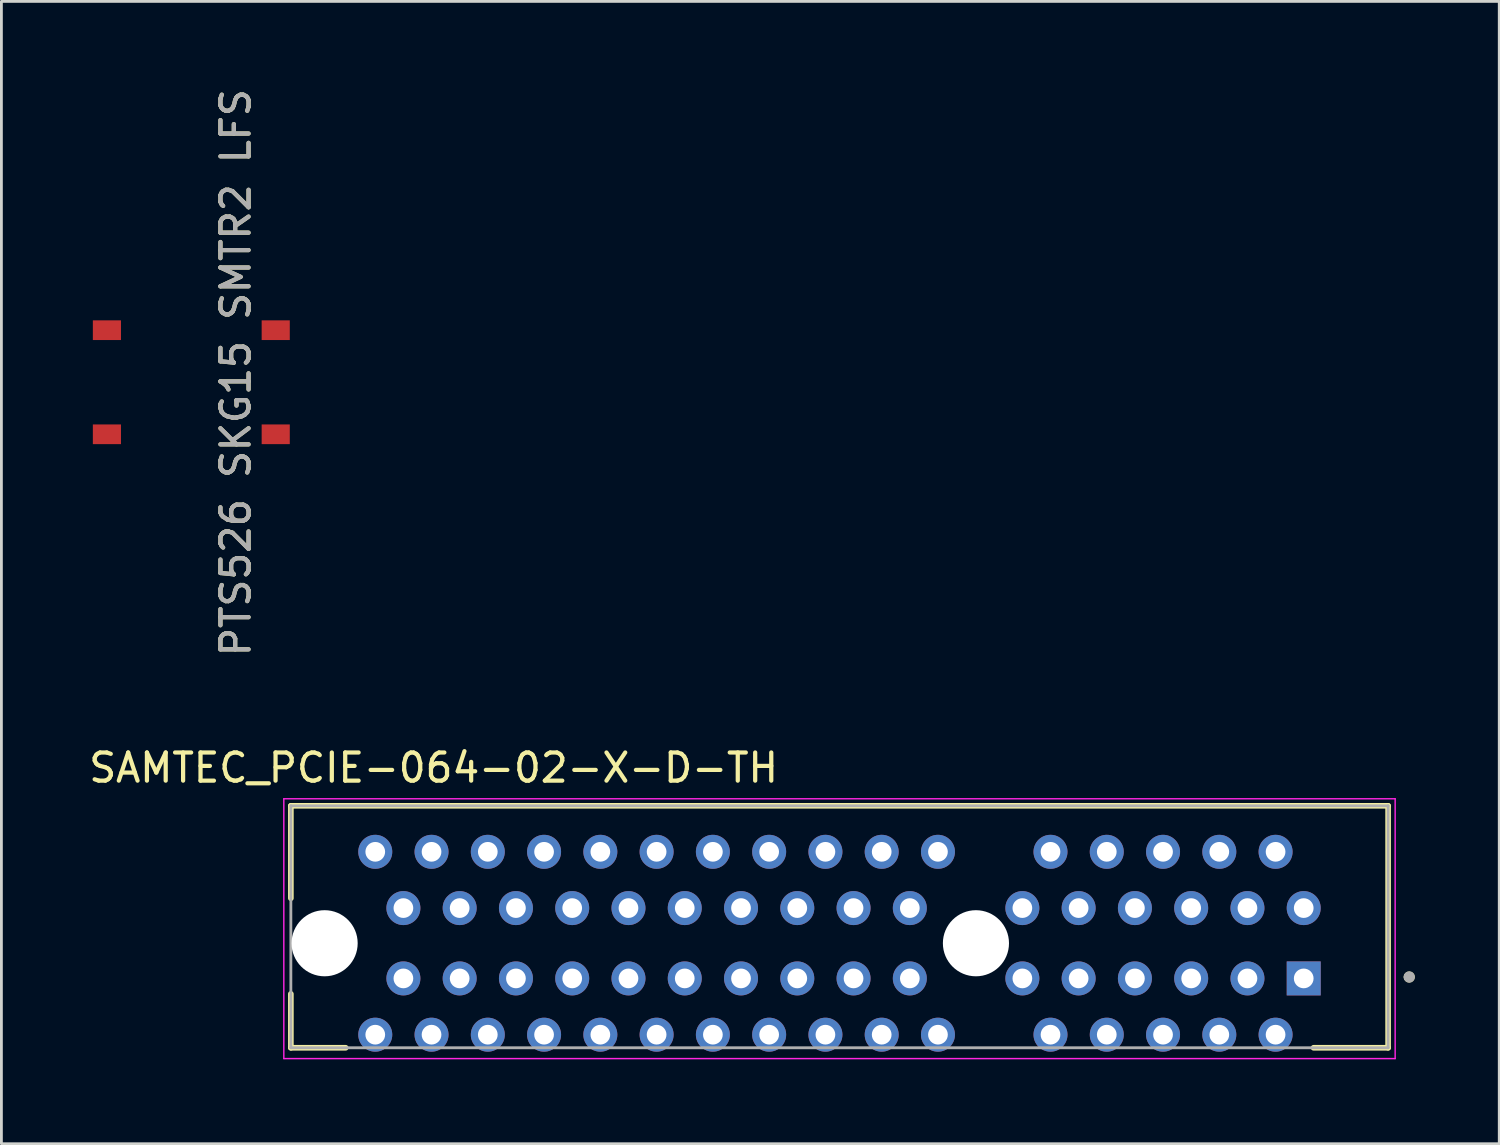
<source format=kicad_pcb>
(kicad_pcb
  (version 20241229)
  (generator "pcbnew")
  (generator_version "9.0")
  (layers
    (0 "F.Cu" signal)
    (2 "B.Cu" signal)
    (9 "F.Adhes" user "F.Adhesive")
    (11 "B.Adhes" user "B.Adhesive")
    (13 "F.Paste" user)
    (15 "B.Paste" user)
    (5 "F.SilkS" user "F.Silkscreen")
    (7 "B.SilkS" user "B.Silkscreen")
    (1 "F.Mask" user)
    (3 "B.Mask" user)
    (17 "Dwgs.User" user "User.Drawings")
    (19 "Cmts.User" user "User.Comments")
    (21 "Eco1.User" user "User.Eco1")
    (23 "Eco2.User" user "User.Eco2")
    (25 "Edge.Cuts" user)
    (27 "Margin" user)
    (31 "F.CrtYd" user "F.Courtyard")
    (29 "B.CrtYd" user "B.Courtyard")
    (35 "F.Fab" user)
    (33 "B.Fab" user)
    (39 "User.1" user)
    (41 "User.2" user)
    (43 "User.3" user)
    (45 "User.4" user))
  (footprint "PTS526 SKG15 SMTR2 LFS"
    (layer "F.Cu")
    (at 0.25 12.736)
    (property "Reference" "PTS526 SKG15 SMTR2 LFS" (at 5.08 -2.54 90) (layer "F.SilkS") (effects (font (size 1 1) (thickness 0.15))))
    (attr smd)
    (fp_text user "${REFERENCE}" (at 5.08 -2.54 90) (layer "F.Fab") (effects (font (size 1 1) (thickness 0.15))))
    (pad "1" smd rect (at 0.5 -4.05) (size 1 0.7) (layers "F.Cu" "F.Mask" "F.Paste"))
    (pad "1" smd rect (at 6.5 -4.05) (size 1 0.7) (layers "F.Cu" "F.Mask" "F.Paste"))
    (pad "2" smd rect (at 0.5 -0.35) (size 1 0.7) (layers "F.Cu" "F.Mask" "F.Paste"))
    (pad "2" smd rect (at 6.5 -0.35) (size 1 0.7) (layers "F.Cu" "F.Mask" "F.Paste")))
  (footprint "SAMTEC_PCIE-064-02-X-D-TH"
    (layer "F.Cu")
    (at 26.788 29.891)
    (property "Reference" "SAMTEC_PCIE-064-02-X-D-TH" (at -14.425 -5.65 0) (layer "F.SilkS") (effects (font (size 1 1) (thickness 0.15))))
    (attr through_hole)
    (fp_line (start -19.5 -4.3) (end 19.5 -4.3) (stroke (width 0.2) (type solid)) (layer "F.SilkS"))
    (fp_line (start -19.5 -1.015) (end -19.5 -4.3) (stroke (width 0.2) (type solid)) (layer "F.SilkS"))
    (fp_line (start -19.5 4.3) (end -19.5 2.385) (stroke (width 0.2) (type solid)) (layer "F.SilkS"))
    (fp_line (start -17.55 4.3) (end -19.5 4.3) (stroke (width 0.2) (type solid)) (layer "F.SilkS"))
    (fp_line (start 19.5 -4.3) (end 19.5 4.3) (stroke (width 0.2) (type solid)) (layer "F.SilkS"))
    (fp_line (start 19.5 4.3) (end 16.85 4.3) (stroke (width 0.2) (type solid)) (layer "F.SilkS"))
    (fp_circle (center 20.25 1.785) (end 20.35 1.785) (stroke (width 0.2) (type solid)) (fill no) (layer "F.SilkS"))
    (fp_line (start -19.75 -4.55) (end 19.75 -4.55) (stroke (width 0.05) (type solid)) (layer "F.CrtYd"))
    (fp_line (start -19.75 4.685) (end -19.75 -4.55) (stroke (width 0.05) (type solid)) (layer "F.CrtYd"))
    (fp_line (start 19.75 -4.55) (end 19.75 4.685) (stroke (width 0.05) (type solid)) (layer "F.CrtYd"))
    (fp_line (start 19.75 4.685) (end -19.75 4.685) (stroke (width 0.05) (type solid)) (layer "F.CrtYd"))
    (fp_line (start -19.5 -4.3) (end 19.5 -4.3) (stroke (width 0.1) (type solid)) (layer "F.Fab"))
    (fp_line (start -19.5 4.3) (end -19.5 -4.3) (stroke (width 0.1) (type solid)) (layer "F.Fab"))
    (fp_line (start 19.5 -4.3) (end 19.5 4.3) (stroke (width 0.1) (type solid)) (layer "F.Fab"))
    (fp_line (start 19.5 4.3) (end -19.5 4.3) (stroke (width 0.1) (type solid)) (layer "F.Fab"))
    (fp_circle (center 20.25 1.785) (end 20.35 1.785) (stroke (width 0.2) (type solid)) (fill no) (layer "F.Fab"))
    (pad "" np_thru_hole circle (at -18.3 0.585) (size 2.35 2.35) (drill 2.35) (layers "*.Cu" "*.Mask"))
    (pad "" np_thru_hole circle (at 4.85 0.585) (size 2.35 2.35) (drill 2.35) (layers "*.Cu" "*.Mask"))
    (pad "A1" thru_hole rect (at 16.5 1.835) (size 1.208 1.208) (drill 0.7) (layers "*.Cu" "*.Mask"))
    (pad "A2" thru_hole circle (at 15.5 3.835) (size 1.208 1.208) (drill 0.7) (layers "*.Cu" "*.Mask"))
    (pad "A3" thru_hole circle (at 14.5 1.835) (size 1.208 1.208) (drill 0.7) (layers "*.Cu" "*.Mask"))
    (pad "A4" thru_hole circle (at 13.5 3.835) (size 1.208 1.208) (drill 0.7) (layers "*.Cu" "*.Mask"))
    (pad "A5" thru_hole circle (at 12.5 1.835) (size 1.208 1.208) (drill 0.7) (layers "*.Cu" "*.Mask"))
    (pad "A6" thru_hole circle (at 11.5 3.835) (size 1.208 1.208) (drill 0.7) (layers "*.Cu" "*.Mask"))
    (pad "A7" thru_hole circle (at 10.5 1.835) (size 1.208 1.208) (drill 0.7) (layers "*.Cu" "*.Mask"))
    (pad "A8" thru_hole circle (at 9.5 3.835) (size 1.208 1.208) (drill 0.7) (layers "*.Cu" "*.Mask"))
    (pad "A9" thru_hole circle (at 8.5 1.835) (size 1.208 1.208) (drill 0.7) (layers "*.Cu" "*.Mask"))
    (pad "A10" thru_hole circle (at 7.5 3.835) (size 1.208 1.208) (drill 0.7) (layers "*.Cu" "*.Mask"))
    (pad "A11" thru_hole circle (at 6.5 1.835) (size 1.208 1.208) (drill 0.7) (layers "*.Cu" "*.Mask"))
    (pad "A12" thru_hole circle (at 3.5 3.835) (size 1.208 1.208) (drill 0.7) (layers "*.Cu" "*.Mask"))
    (pad "A13" thru_hole circle (at 2.5 1.835) (size 1.208 1.208) (drill 0.7) (layers "*.Cu" "*.Mask"))
    (pad "A14" thru_hole circle (at 1.5 3.835) (size 1.208 1.208) (drill 0.7) (layers "*.Cu" "*.Mask"))
    (pad "A15" thru_hole circle (at 0.5 1.835) (size 1.208 1.208) (drill 0.7) (layers "*.Cu" "*.Mask"))
    (pad "A16" thru_hole circle (at -0.5 3.835) (size 1.208 1.208) (drill 0.7) (layers "*.Cu" "*.Mask"))
    (pad "A17" thru_hole circle (at -1.5 1.835) (size 1.208 1.208) (drill 0.7) (layers "*.Cu" "*.Mask"))
    (pad "A18" thru_hole circle (at -2.5 3.835) (size 1.208 1.208) (drill 0.7) (layers "*.Cu" "*.Mask"))
    (pad "A19" thru_hole circle (at -3.5 1.835) (size 1.208 1.208) (drill 0.7) (layers "*.Cu" "*.Mask"))
    (pad "A20" thru_hole circle (at -4.5 3.835) (size 1.208 1.208) (drill 0.7) (layers "*.Cu" "*.Mask"))
    (pad "A21" thru_hole circle (at -5.5 1.835) (size 1.208 1.208) (drill 0.7) (layers "*.Cu" "*.Mask"))
    (pad "A22" thru_hole circle (at -6.5 3.835) (size 1.208 1.208) (drill 0.7) (layers "*.Cu" "*.Mask"))
    (pad "A23" thru_hole circle (at -7.5 1.835) (size 1.208 1.208) (drill 0.7) (layers "*.Cu" "*.Mask"))
    (pad "A24" thru_hole circle (at -8.5 3.835) (size 1.208 1.208) (drill 0.7) (layers "*.Cu" "*.Mask"))
    (pad "A25" thru_hole circle (at -9.5 1.835) (size 1.208 1.208) (drill 0.7) (layers "*.Cu" "*.Mask"))
    (pad "A26" thru_hole circle (at -10.5 3.835) (size 1.208 1.208) (drill 0.7) (layers "*.Cu" "*.Mask"))
    (pad "A27" thru_hole circle (at -11.5 1.835) (size 1.208 1.208) (drill 0.7) (layers "*.Cu" "*.Mask"))
    (pad "A28" thru_hole circle (at -12.5 3.835) (size 1.208 1.208) (drill 0.7) (layers "*.Cu" "*.Mask"))
    (pad "A29" thru_hole circle (at -13.5 1.835) (size 1.208 1.208) (drill 0.7) (layers "*.Cu" "*.Mask"))
    (pad "A30" thru_hole circle (at -14.5 3.835) (size 1.208 1.208) (drill 0.7) (layers "*.Cu" "*.Mask"))
    (pad "A31" thru_hole circle (at -15.5 1.835) (size 1.208 1.208) (drill 0.7) (layers "*.Cu" "*.Mask"))
    (pad "A32" thru_hole circle (at -16.5 3.835) (size 1.208 1.208) (drill 0.7) (layers "*.Cu" "*.Mask"))
    (pad "B1" thru_hole circle (at 16.5 -0.665) (size 1.208 1.208) (drill 0.7) (layers "*.Cu" "*.Mask"))
    (pad "B2" thru_hole circle (at 15.5 -2.665) (size 1.208 1.208) (drill 0.7) (layers "*.Cu" "*.Mask"))
    (pad "B3" thru_hole circle (at 14.5 -0.665) (size 1.208 1.208) (drill 0.7) (layers "*.Cu" "*.Mask"))
    (pad "B4" thru_hole circle (at 13.5 -2.665) (size 1.208 1.208) (drill 0.7) (layers "*.Cu" "*.Mask"))
    (pad "B5" thru_hole circle (at 12.5 -0.665) (size 1.208 1.208) (drill 0.7) (layers "*.Cu" "*.Mask"))
    (pad "B6" thru_hole circle (at 11.5 -2.665) (size 1.208 1.208) (drill 0.7) (layers "*.Cu" "*.Mask"))
    (pad "B7" thru_hole circle (at 10.5 -0.665) (size 1.208 1.208) (drill 0.7) (layers "*.Cu" "*.Mask"))
    (pad "B8" thru_hole circle (at 9.5 -2.665) (size 1.208 1.208) (drill 0.7) (layers "*.Cu" "*.Mask"))
    (pad "B9" thru_hole circle (at 8.5 -0.665) (size 1.208 1.208) (drill 0.7) (layers "*.Cu" "*.Mask"))
    (pad "B10" thru_hole circle (at 7.5 -2.665) (size 1.208 1.208) (drill 0.7) (layers "*.Cu" "*.Mask"))
    (pad "B11" thru_hole circle (at 6.5 -0.665) (size 1.208 1.208) (drill 0.7) (layers "*.Cu" "*.Mask"))
    (pad "B12" thru_hole circle (at 3.5 -2.665) (size 1.208 1.208) (drill 0.7) (layers "*.Cu" "*.Mask"))
    (pad "B13" thru_hole circle (at 2.5 -0.665) (size 1.208 1.208) (drill 0.7) (layers "*.Cu" "*.Mask"))
    (pad "B14" thru_hole circle (at 1.5 -2.665) (size 1.208 1.208) (drill 0.7) (layers "*.Cu" "*.Mask"))
    (pad "B15" thru_hole circle (at 0.5 -0.665) (size 1.208 1.208) (drill 0.7) (layers "*.Cu" "*.Mask"))
    (pad "B16" thru_hole circle (at -0.5 -2.665) (size 1.208 1.208) (drill 0.7) (layers "*.Cu" "*.Mask"))
    (pad "B17" thru_hole circle (at -1.5 -0.665) (size 1.208 1.208) (drill 0.7) (layers "*.Cu" "*.Mask"))
    (pad "B18" thru_hole circle (at -2.5 -2.665) (size 1.208 1.208) (drill 0.7) (layers "*.Cu" "*.Mask"))
    (pad "B19" thru_hole circle (at -3.5 -0.665) (size 1.208 1.208) (drill 0.7) (layers "*.Cu" "*.Mask"))
    (pad "B20" thru_hole circle (at -4.5 -2.665) (size 1.208 1.208) (drill 0.7) (layers "*.Cu" "*.Mask"))
    (pad "B21" thru_hole circle (at -5.5 -0.665) (size 1.208 1.208) (drill 0.7) (layers "*.Cu" "*.Mask"))
    (pad "B22" thru_hole circle (at -6.5 -2.665) (size 1.208 1.208) (drill 0.7) (layers "*.Cu" "*.Mask"))
    (pad "B23" thru_hole circle (at -7.5 -0.665) (size 1.208 1.208) (drill 0.7) (layers "*.Cu" "*.Mask"))
    (pad "B24" thru_hole circle (at -8.5 -2.665) (size 1.208 1.208) (drill 0.7) (layers "*.Cu" "*.Mask"))
    (pad "B25" thru_hole circle (at -9.5 -0.665) (size 1.208 1.208) (drill 0.7) (layers "*.Cu" "*.Mask"))
    (pad "B26" thru_hole circle (at -10.5 -2.665) (size 1.208 1.208) (drill 0.7) (layers "*.Cu" "*.Mask"))
    (pad "B27" thru_hole circle (at -11.5 -0.665) (size 1.208 1.208) (drill 0.7) (layers "*.Cu" "*.Mask"))
    (pad "B28" thru_hole circle (at -12.5 -2.665) (size 1.208 1.208) (drill 0.7) (layers "*.Cu" "*.Mask"))
    (pad "B29" thru_hole circle (at -13.5 -0.665) (size 1.208 1.208) (drill 0.7) (layers "*.Cu" "*.Mask"))
    (pad "B30" thru_hole circle (at -14.5 -2.665) (size 1.208 1.208) (drill 0.7) (layers "*.Cu" "*.Mask"))
    (pad "B31" thru_hole circle (at -15.5 -0.665) (size 1.208 1.208) (drill 0.7) (layers "*.Cu" "*.Mask"))
    (pad "B32" thru_hole circle (at -16.5 -2.665) (size 1.208 1.208) (drill 0.7) (layers "*.Cu" "*.Mask")))
  (gr_rect
    (start -3 -3)
    (end 50.238 37.601)
    (stroke (width 0.1) (type default))
    (fill no)
    (layer "Edge.Cuts")))
</source>
